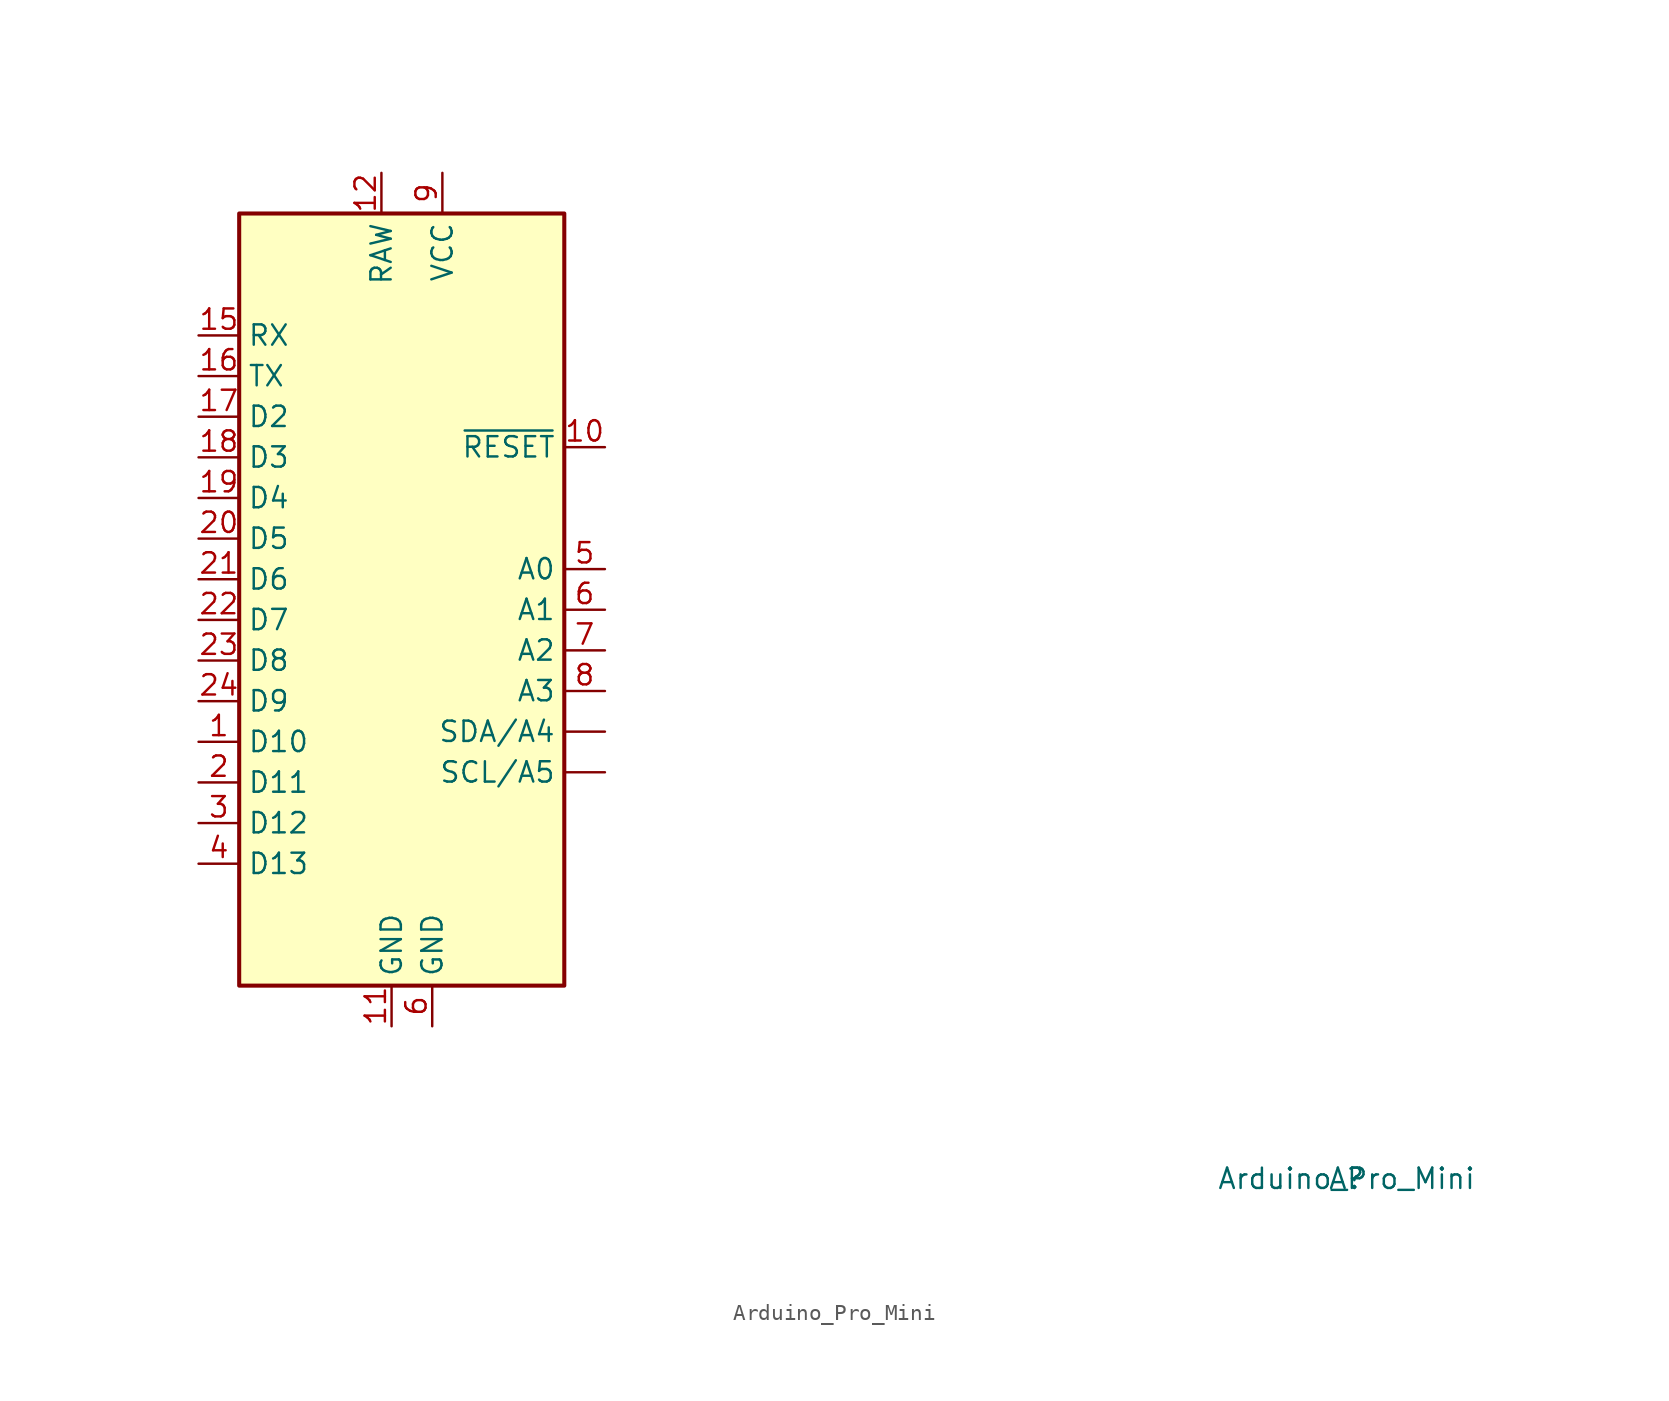
<source format=kicad_sym>
(kicad_symbol_lib
  (version 20220914)
  (generator kicad_symbol_editor)
  (symbol "Arduino_Pro_Mini"
    (property "Reference" "A"
      (at 57.785 -33.655 0)
      (effects (font (size 1.27 1.27))))
    (property "Value" "Arduino_Pro_Mini"
      (at 57.785 -33.655 0)
      (effects (font (size 1.27 1.27))))
    (symbol "Arduino_Pro_Mini_0_1"
      (rectangle (start -11.43 26.67) (end 8.89 -21.59) (stroke (width 0.254) (type default)) (fill (type background))))
    (symbol "Arduino_Pro_Mini_1_1"
      (pin bidirectional line (at 11.43 -8.255 180) (length 2.54) (name "SCL/A5" (effects (font (size 1.27 1.27)))) (number "" (effects (font (size 1.27 1.27)))))
      (pin bidirectional line (at 11.43 -5.715 180) (length 2.54) (name "SDA/A4" (effects (font (size 1.27 1.27)))) (number "" (effects (font (size 1.27 1.27)))))
      (pin bidirectional line (at -13.97 -6.35 0) (length 2.54) (name "D10" (effects (font (size 1.27 1.27)))) (number "1" (effects (font (size 1.27 1.27)))))
      (pin no_connect line (at -11.43 -16.51 0) (length 2.54) hide (name "NC" (effects (font (size 1.27 1.27)))) (number "1" (effects (font (size 1.27 1.27)))))
      (pin input line (at 11.43 12.065 180) (length 2.54) (name "~{RESET}" (effects (font (size 1.27 1.27)))) (number "10" (effects (font (size 1.27 1.27)))))
      (pin power_in line (at -1.905 -24.13 90) (length 2.54) (name "GND" (effects (font (size 1.27 1.27)))) (number "11" (effects (font (size 1.27 1.27)))))
      (pin power_in line (at -2.54 29.21 270) (length 2.54) (name "RAW" (effects (font (size 1.27 1.27)))) (number "12" (effects (font (size 1.27 1.27)))))
      (pin bidirectional line (at -13.97 19.05 0) (length 2.54) (name "RX" (effects (font (size 1.27 1.27)))) (number "15" (effects (font (size 1.27 1.27)))))
      (pin bidirectional line (at -13.97 16.51 0) (length 2.54) (name "TX" (effects (font (size 1.27 1.27)))) (number "16" (effects (font (size 1.27 1.27)))))
      (pin bidirectional line (at -13.97 13.97 0) (length 2.54) (name "D2" (effects (font (size 1.27 1.27)))) (number "17" (effects (font (size 1.27 1.27)))))
      (pin bidirectional line (at -13.97 11.43 0) (length 2.54) (name "D3" (effects (font (size 1.27 1.27)))) (number "18" (effects (font (size 1.27 1.27)))))
      (pin bidirectional line (at -13.97 8.89 0) (length 2.54) (name "D4" (effects (font (size 1.27 1.27)))) (number "19" (effects (font (size 1.27 1.27)))))
      (pin bidirectional line (at -13.97 -8.89 0) (length 2.54) (name "D11" (effects (font (size 1.27 1.27)))) (number "2" (effects (font (size 1.27 1.27)))))
      (pin bidirectional line (at -13.97 6.35 0) (length 2.54) (name "D5" (effects (font (size 1.27 1.27)))) (number "20" (effects (font (size 1.27 1.27)))))
      (pin bidirectional line (at -13.97 3.81 0) (length 2.54) (name "D6" (effects (font (size 1.27 1.27)))) (number "21" (effects (font (size 1.27 1.27)))))
      (pin bidirectional line (at -13.97 1.27 0) (length 2.54) (name "D7" (effects (font (size 1.27 1.27)))) (number "22" (effects (font (size 1.27 1.27)))))
      (pin bidirectional line (at -13.97 -1.27 0) (length 2.54) (name "D8" (effects (font (size 1.27 1.27)))) (number "23" (effects (font (size 1.27 1.27)))))
      (pin bidirectional line (at -13.97 -3.81 0) (length 2.54) (name "D9" (effects (font (size 1.27 1.27)))) (number "24" (effects (font (size 1.27 1.27)))))
      (pin bidirectional line (at -13.97 -11.43 0) (length 2.54) (name "D12" (effects (font (size 1.27 1.27)))) (number "3" (effects (font (size 1.27 1.27)))))
      (pin bidirectional line (at -13.97 -13.97 0) (length 2.54) (name "D13" (effects (font (size 1.27 1.27)))) (number "4" (effects (font (size 1.27 1.27)))))
      (pin bidirectional line (at 11.43 4.445 180) (length 2.54) (name "A0" (effects (font (size 1.27 1.27)))) (number "5" (effects (font (size 1.27 1.27)))))
      (pin bidirectional line (at 11.43 1.905 180) (length 2.54) (name "A1" (effects (font (size 1.27 1.27)))) (number "6" (effects (font (size 1.27 1.27)))))
      (pin power_in line (at 0.635 -24.13 90) (length 2.54) (name "GND" (effects (font (size 1.27 1.27)))) (number "6" (effects (font (size 1.27 1.27)))))
      (pin bidirectional line (at 11.43 -0.635 180) (length 2.54) (name "A2" (effects (font (size 1.27 1.27)))) (number "7" (effects (font (size 1.27 1.27)))))
      (pin bidirectional line (at 11.43 -3.175 180) (length 2.54) (name "A3" (effects (font (size 1.27 1.27)))) (number "8" (effects (font (size 1.27 1.27)))))
      (pin power_out line (at 1.27 29.21 270) (length 2.54) (name "VCC" (effects (font (size 1.27 1.27)))) (number "9" (effects (font (size 1.27 1.27))))))))
</source>
